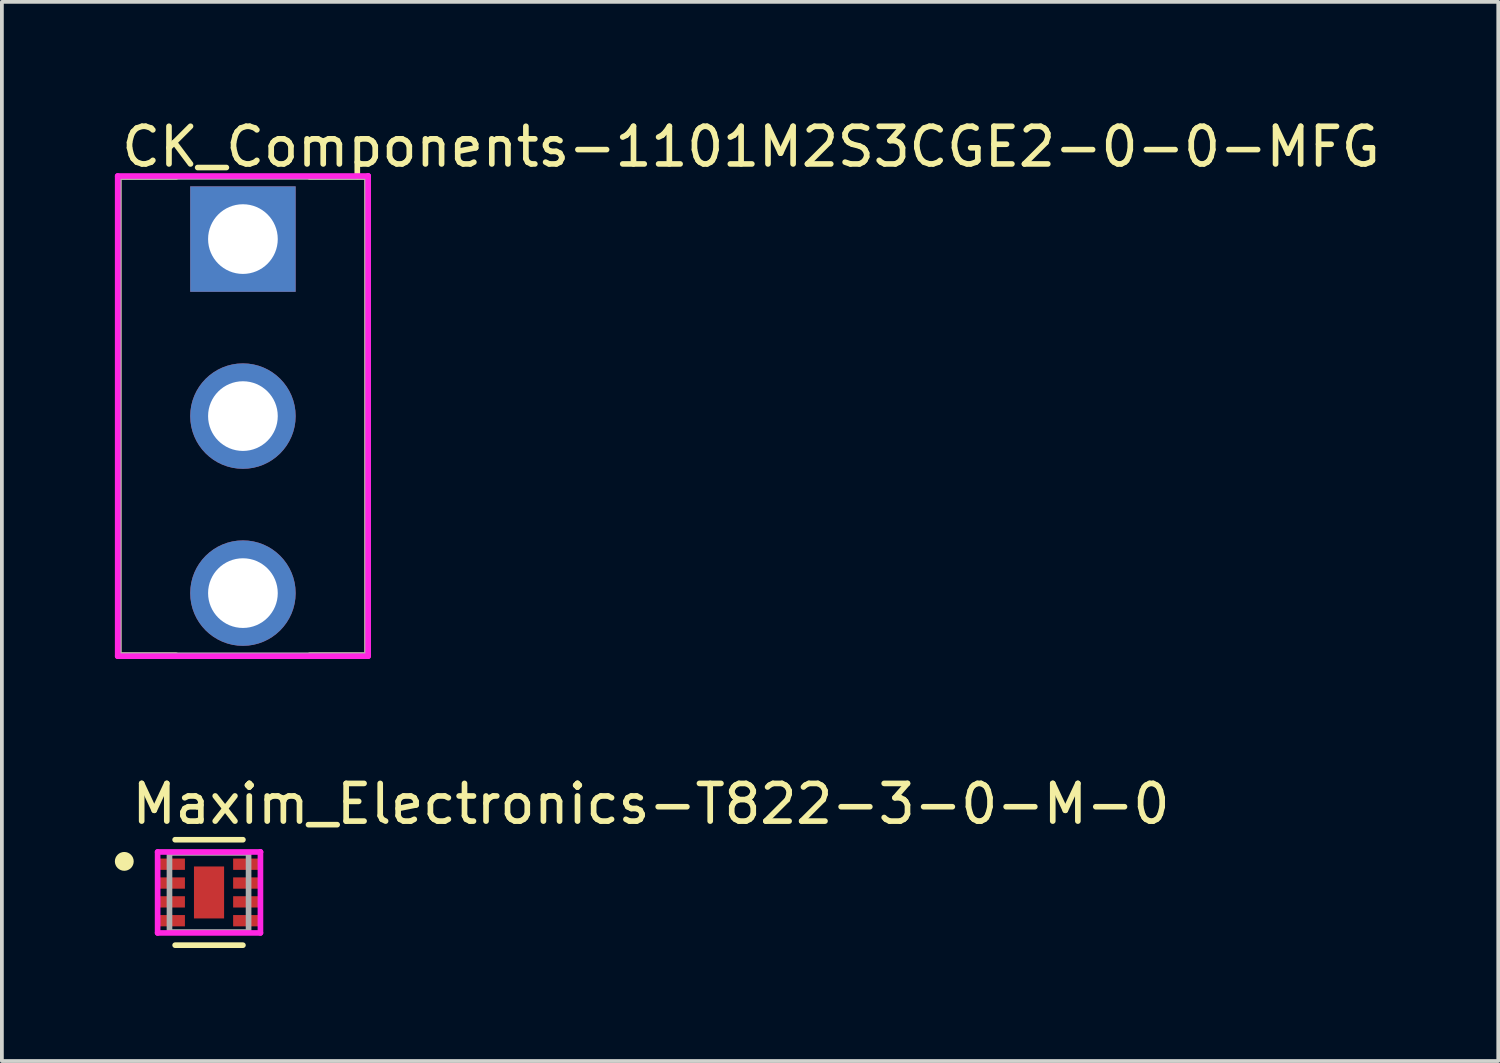
<source format=kicad_pcb>
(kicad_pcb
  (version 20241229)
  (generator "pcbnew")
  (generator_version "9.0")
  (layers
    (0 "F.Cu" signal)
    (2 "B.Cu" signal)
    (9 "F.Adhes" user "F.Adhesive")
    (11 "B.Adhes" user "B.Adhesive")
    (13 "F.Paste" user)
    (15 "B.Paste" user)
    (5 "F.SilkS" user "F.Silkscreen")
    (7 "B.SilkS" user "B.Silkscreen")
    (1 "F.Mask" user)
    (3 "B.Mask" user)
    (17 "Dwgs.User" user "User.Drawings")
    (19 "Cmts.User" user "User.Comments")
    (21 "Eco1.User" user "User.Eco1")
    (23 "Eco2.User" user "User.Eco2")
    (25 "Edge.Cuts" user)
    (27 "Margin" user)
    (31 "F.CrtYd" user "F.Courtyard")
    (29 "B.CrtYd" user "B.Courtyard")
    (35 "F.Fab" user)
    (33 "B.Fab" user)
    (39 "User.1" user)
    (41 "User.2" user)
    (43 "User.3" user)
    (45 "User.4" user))
  (footprint "CK_Components-1101M2S3CGE2-0-0-MFG"
    (layer "F.Cu")
    (at 3.4 7.998)
    (property "Reference" "CK_Components-1101M2S3CGE2-0-0-MFG" (at -3.3 -7.15 0) (layer "F.SilkS") (effects (font (size 1 1) (thickness 0.15)) (justify left)))
    (attr through_hole)
    (fp_line (start -3.3 -6.35) (end -1.775 -6.35) (stroke (width 0.15) (type solid)) (layer "F.SilkS"))
    (fp_line (start -3.3 6.35) (end -3.3 -6.35) (stroke (width 0.15) (type solid)) (layer "F.SilkS"))
    (fp_line (start -3.3 6.35) (end -1.775 6.35) (stroke (width 0.15) (type solid)) (layer "F.SilkS"))
    (fp_line (start 1.775 -6.35) (end 3.3 -6.35) (stroke (width 0.15) (type solid)) (layer "F.SilkS"))
    (fp_line (start 1.775 6.35) (end 3.3 6.35) (stroke (width 0.15) (type solid)) (layer "F.SilkS"))
    (fp_line (start 3.3 6.35) (end 3.3 -6.35) (stroke (width 0.15) (type solid)) (layer "F.SilkS"))
    (fp_line (start -3.325 -6.375) (end -3.325 6.375) (stroke (width 0.15) (type solid)) (layer "F.CrtYd"))
    (fp_line (start -3.325 6.375) (end 3.325 6.375) (stroke (width 0.15) (type solid)) (layer "F.CrtYd"))
    (fp_line (start 3.325 -6.375) (end -3.325 -6.375) (stroke (width 0.15) (type solid)) (layer "F.CrtYd"))
    (fp_line (start 3.325 -6.375) (end 3.325 -6.375) (stroke (width 0.15) (type solid)) (layer "F.CrtYd"))
    (fp_line (start 3.325 6.375) (end 3.325 -6.375) (stroke (width 0.15) (type solid)) (layer "F.CrtYd"))
    (fp_line (start -3.3 -6.35) (end 3.3 -6.35) (stroke (width 0.15) (type solid)) (layer "F.Fab"))
    (fp_line (start -3.3 6.35) (end -3.3 -6.35) (stroke (width 0.15) (type solid)) (layer "F.Fab"))
    (fp_line (start 3.3 -6.35) (end 3.3 6.35) (stroke (width 0.15) (type solid)) (layer "F.Fab"))
    (fp_line (start 3.3 6.35) (end -3.3 6.35) (stroke (width 0.15) (type solid)) (layer "F.Fab"))
    (pad "1" thru_hole rect (at 0 -4.7) (size 2.8 2.8) (drill 1.85) (layers "*.Cu"))
    (pad "2" thru_hole circle (at 0 0) (size 2.8 2.8) (drill 1.85) (layers "*.Cu"))
    (pad "3" thru_hole circle (at 0 4.7) (size 2.8 2.8) (drill 1.85) (layers "*.Cu")))
  (footprint "Maxim_Electronics-T822-3-0-M-0"
    (layer "F.Cu")
    (at 2.5 20.646)
    (property "Reference" "Maxim_Electronics-T822-3-0-M-0" (at -2.125 -2.35 0) (layer "F.SilkS") (effects (font (size 1 1) (thickness 0.15)) (justify left)))
    (attr through_hole)
    (fp_line (start -0.9 -1.4) (end 0.9 -1.4) (stroke (width 0.15) (type solid)) (layer "F.SilkS"))
    (fp_line (start -0.9 1.4) (end 0.9 1.4) (stroke (width 0.15) (type solid)) (layer "F.SilkS"))
    (fp_circle (center -2.25 -0.825) (end -2.125 -0.825) (stroke (width 0.25) (type solid)) (fill no) (layer "F.SilkS"))
    (fp_line (start -1.365 -1.075) (end -1.365 1.075) (stroke (width 0.15) (type solid)) (layer "F.CrtYd"))
    (fp_line (start -1.365 1.075) (end 1.365 1.075) (stroke (width 0.15) (type solid)) (layer "F.CrtYd"))
    (fp_line (start 1.365 -1.075) (end -1.365 -1.075) (stroke (width 0.15) (type solid)) (layer "F.CrtYd"))
    (fp_line (start 1.365 -1.075) (end 1.365 -1.075) (stroke (width 0.15) (type solid)) (layer "F.CrtYd"))
    (fp_line (start 1.365 1.075) (end 1.365 -1.075) (stroke (width 0.15) (type solid)) (layer "F.CrtYd"))
    (fp_line (start -1.05 -1.05) (end 1.05 -1.05) (stroke (width 0.15) (type solid)) (layer "F.Fab"))
    (fp_line (start -1.05 1.05) (end -1.05 -1.05) (stroke (width 0.15) (type solid)) (layer "F.Fab"))
    (fp_line (start 1.05 -1.05) (end 1.05 1.05) (stroke (width 0.15) (type solid)) (layer "F.Fab"))
    (fp_line (start 1.05 1.05) (end -1.05 1.05) (stroke (width 0.15) (type solid)) (layer "F.Fab"))
    (pad "1" smd rect (at -0.99 -0.75) (size 0.7 0.3) (layers "F.Cu" "F.Mask" "F.Paste"))
    (pad "2" smd rect (at -0.99 -0.25) (size 0.7 0.3) (layers "F.Cu" "F.Mask" "F.Paste"))
    (pad "3" smd rect (at -0.99 0.25) (size 0.7 0.3) (layers "F.Cu" "F.Mask" "F.Paste"))
    (pad "4" smd rect (at -0.99 0.75) (size 0.7 0.3) (layers "F.Cu" "F.Mask" "F.Paste"))
    (pad "5" smd rect (at 0.99 0.75) (size 0.7 0.3) (layers "F.Cu" "F.Mask" "F.Paste"))
    (pad "6" smd rect (at 0.99 0.25) (size 0.7 0.3) (layers "F.Cu" "F.Mask" "F.Paste"))
    (pad "7" smd rect (at 0.99 -0.25) (size 0.7 0.3) (layers "F.Cu" "F.Mask" "F.Paste"))
    (pad "8" smd rect (at 0.99 -0.75) (size 0.7 0.3) (layers "F.Cu" "F.Mask" "F.Paste"))
    (pad "9" smd rect (at 0 0) (size 0.8 1.38) (layers "F.Cu" "F.Mask" "F.Paste")))
  (gr_rect
    (start -3 -3)
    (end 36.731 25.122)
    (stroke (width 0.1) (type default))
    (fill no)
    (layer "Edge.Cuts")))
</source>
